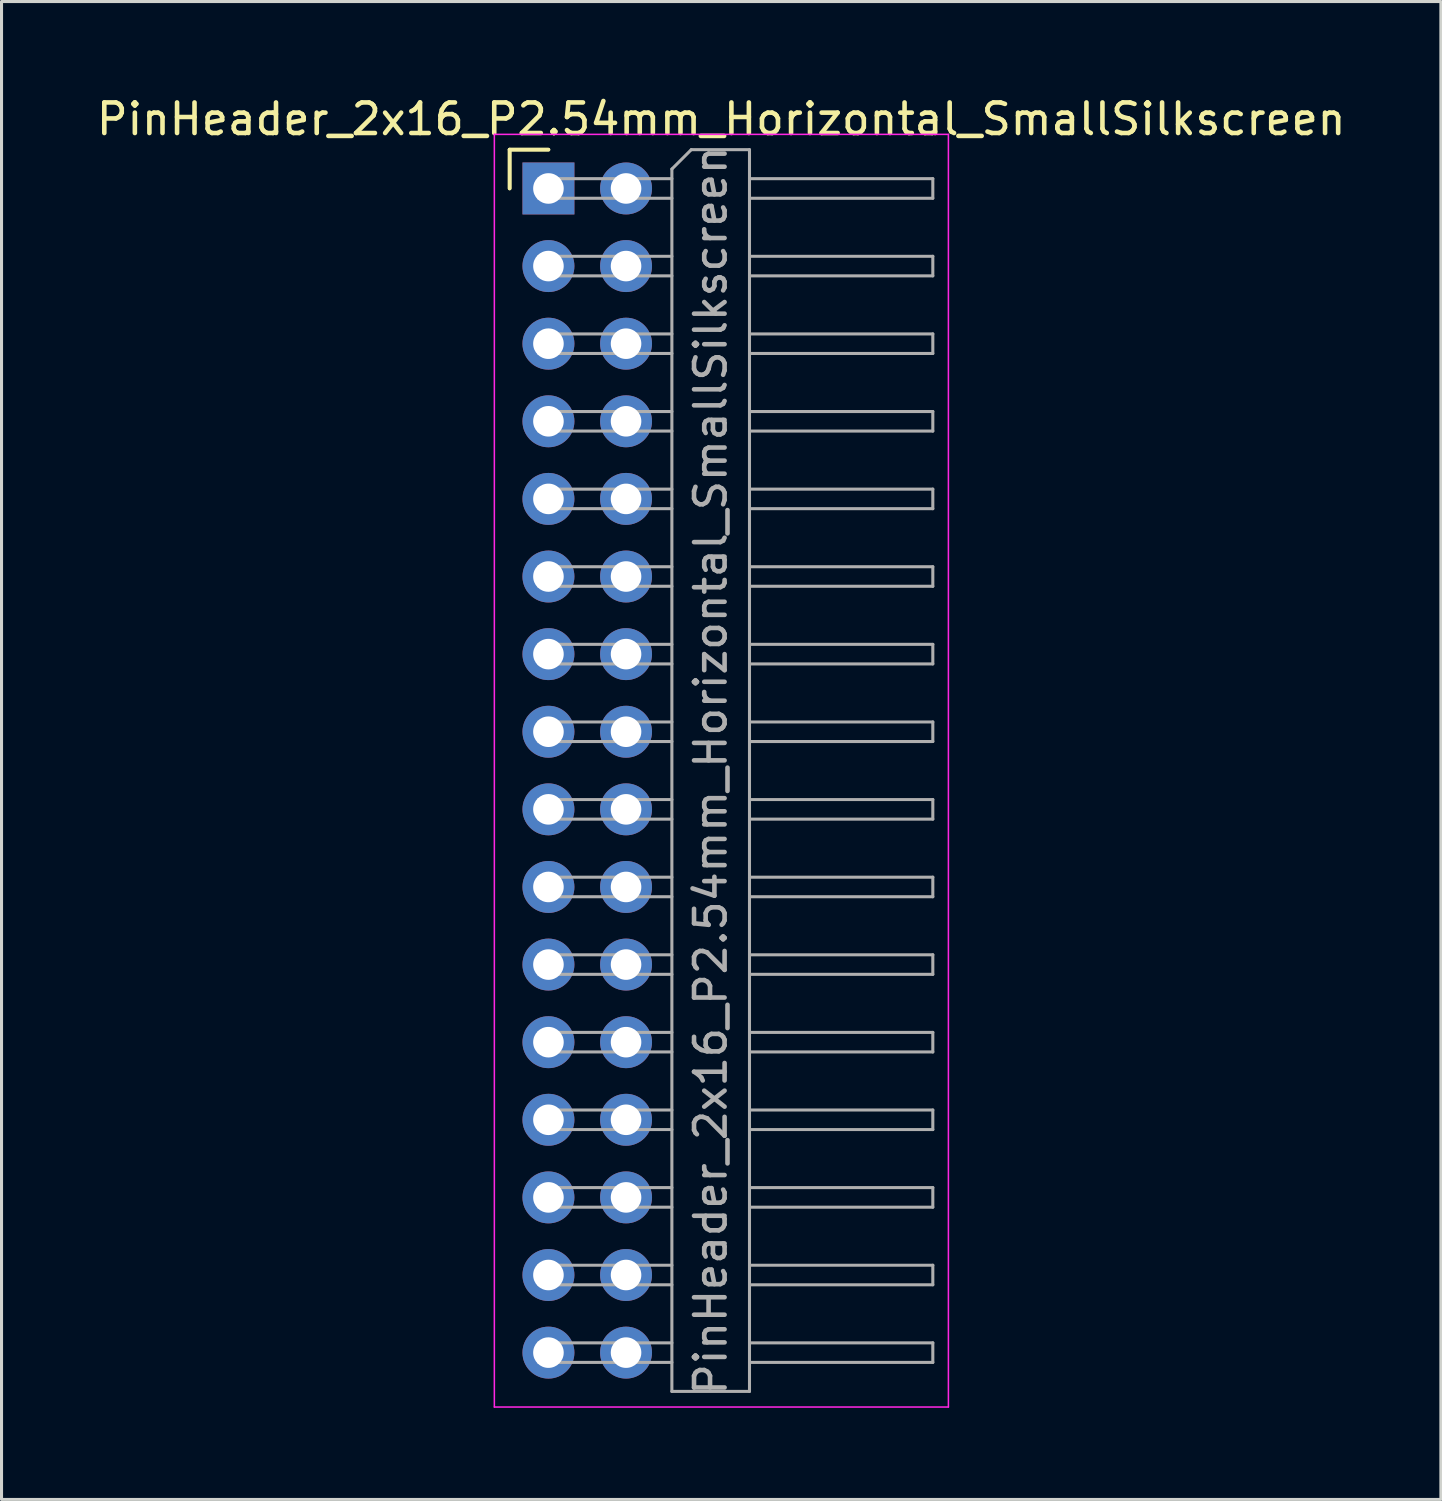
<source format=kicad_pcb>
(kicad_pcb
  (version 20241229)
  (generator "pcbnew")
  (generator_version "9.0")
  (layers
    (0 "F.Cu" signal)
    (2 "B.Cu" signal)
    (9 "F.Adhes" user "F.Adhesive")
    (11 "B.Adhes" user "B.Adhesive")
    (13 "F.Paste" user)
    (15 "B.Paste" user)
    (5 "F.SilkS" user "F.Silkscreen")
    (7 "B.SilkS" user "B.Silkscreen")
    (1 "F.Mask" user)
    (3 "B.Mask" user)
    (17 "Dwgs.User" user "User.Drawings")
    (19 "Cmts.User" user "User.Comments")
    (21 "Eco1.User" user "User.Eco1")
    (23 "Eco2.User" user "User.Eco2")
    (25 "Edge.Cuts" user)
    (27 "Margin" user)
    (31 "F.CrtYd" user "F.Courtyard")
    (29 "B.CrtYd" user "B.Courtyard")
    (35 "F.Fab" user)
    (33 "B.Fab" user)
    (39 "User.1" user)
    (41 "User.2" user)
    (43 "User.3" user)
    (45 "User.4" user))
  (footprint "PinHeader_2x16_P2.54mm_Horizontal_SmallSilkscreen"
    (layer "F.Cu")
    (at 14.899 3.118)
    (property "Reference" "PinHeader_2x16_P2.54mm_Horizontal_SmallSilkscreen" (at 5.655 -2.27 0) (layer "F.SilkS") (effects (font (size 1 1) (thickness 0.15))))
    (attr through_hole)
    (fp_line (start -1.27 -1.27) (end 0 -1.27) (stroke (width 0.12) (type solid)) (layer "F.SilkS"))
    (fp_line (start -1.27 -1.27) (end 0 -1.27) (stroke (width 0.12) (type solid)) (layer "F.SilkS"))
    (fp_line (start -1.27 0) (end -1.27 -1.27) (stroke (width 0.12) (type solid)) (layer "F.SilkS"))
    (fp_line (start -1.27 0) (end -1.27 -1.27) (stroke (width 0.12) (type solid)) (layer "F.SilkS"))
    (fp_line (start -1.77 -1.77) (end -1.77 39.88) (stroke (width 0.05) (type solid)) (layer "F.CrtYd"))
    (fp_line (start -1.77 39.88) (end 13.09 39.88) (stroke (width 0.05) (type solid)) (layer "F.CrtYd"))
    (fp_line (start 13.09 -1.77) (end -1.77 -1.77) (stroke (width 0.05) (type solid)) (layer "F.CrtYd"))
    (fp_line (start 13.09 39.88) (end 13.09 -1.77) (stroke (width 0.05) (type solid)) (layer "F.CrtYd"))
    (fp_line (start -0.32 -0.32) (end -0.32 0.32) (stroke (width 0.1) (type solid)) (layer "F.Fab"))
    (fp_line (start -0.32 -0.32) (end 4.04 -0.32) (stroke (width 0.1) (type solid)) (layer "F.Fab"))
    (fp_line (start -0.32 0.32) (end 4.04 0.32) (stroke (width 0.1) (type solid)) (layer "F.Fab"))
    (fp_line (start -0.32 2.22) (end -0.32 2.86) (stroke (width 0.1) (type solid)) (layer "F.Fab"))
    (fp_line (start -0.32 2.22) (end 4.04 2.22) (stroke (width 0.1) (type solid)) (layer "F.Fab"))
    (fp_line (start -0.32 2.86) (end 4.04 2.86) (stroke (width 0.1) (type solid)) (layer "F.Fab"))
    (fp_line (start -0.32 4.76) (end -0.32 5.4) (stroke (width 0.1) (type solid)) (layer "F.Fab"))
    (fp_line (start -0.32 4.76) (end 4.04 4.76) (stroke (width 0.1) (type solid)) (layer "F.Fab"))
    (fp_line (start -0.32 5.4) (end 4.04 5.4) (stroke (width 0.1) (type solid)) (layer "F.Fab"))
    (fp_line (start -0.32 7.3) (end -0.32 7.94) (stroke (width 0.1) (type solid)) (layer "F.Fab"))
    (fp_line (start -0.32 7.3) (end 4.04 7.3) (stroke (width 0.1) (type solid)) (layer "F.Fab"))
    (fp_line (start -0.32 7.94) (end 4.04 7.94) (stroke (width 0.1) (type solid)) (layer "F.Fab"))
    (fp_line (start -0.32 9.84) (end -0.32 10.48) (stroke (width 0.1) (type solid)) (layer "F.Fab"))
    (fp_line (start -0.32 9.84) (end 4.04 9.84) (stroke (width 0.1) (type solid)) (layer "F.Fab"))
    (fp_line (start -0.32 10.48) (end 4.04 10.48) (stroke (width 0.1) (type solid)) (layer "F.Fab"))
    (fp_line (start -0.32 12.38) (end -0.32 13.02) (stroke (width 0.1) (type solid)) (layer "F.Fab"))
    (fp_line (start -0.32 12.38) (end 4.04 12.38) (stroke (width 0.1) (type solid)) (layer "F.Fab"))
    (fp_line (start -0.32 13.02) (end 4.04 13.02) (stroke (width 0.1) (type solid)) (layer "F.Fab"))
    (fp_line (start -0.32 14.92) (end -0.32 15.56) (stroke (width 0.1) (type solid)) (layer "F.Fab"))
    (fp_line (start -0.32 14.92) (end 4.04 14.92) (stroke (width 0.1) (type solid)) (layer "F.Fab"))
    (fp_line (start -0.32 15.56) (end 4.04 15.56) (stroke (width 0.1) (type solid)) (layer "F.Fab"))
    (fp_line (start -0.32 17.46) (end -0.32 18.1) (stroke (width 0.1) (type solid)) (layer "F.Fab"))
    (fp_line (start -0.32 17.46) (end 4.04 17.46) (stroke (width 0.1) (type solid)) (layer "F.Fab"))
    (fp_line (start -0.32 18.1) (end 4.04 18.1) (stroke (width 0.1) (type solid)) (layer "F.Fab"))
    (fp_line (start -0.32 20) (end -0.32 20.64) (stroke (width 0.1) (type solid)) (layer "F.Fab"))
    (fp_line (start -0.32 20) (end 4.04 20) (stroke (width 0.1) (type solid)) (layer "F.Fab"))
    (fp_line (start -0.32 20.64) (end 4.04 20.64) (stroke (width 0.1) (type solid)) (layer "F.Fab"))
    (fp_line (start -0.32 22.54) (end -0.32 23.18) (stroke (width 0.1) (type solid)) (layer "F.Fab"))
    (fp_line (start -0.32 22.54) (end 4.04 22.54) (stroke (width 0.1) (type solid)) (layer "F.Fab"))
    (fp_line (start -0.32 23.18) (end 4.04 23.18) (stroke (width 0.1) (type solid)) (layer "F.Fab"))
    (fp_line (start -0.32 25.08) (end -0.32 25.72) (stroke (width 0.1) (type solid)) (layer "F.Fab"))
    (fp_line (start -0.32 25.08) (end 4.04 25.08) (stroke (width 0.1) (type solid)) (layer "F.Fab"))
    (fp_line (start -0.32 25.72) (end 4.04 25.72) (stroke (width 0.1) (type solid)) (layer "F.Fab"))
    (fp_line (start -0.32 27.62) (end -0.32 28.26) (stroke (width 0.1) (type solid)) (layer "F.Fab"))
    (fp_line (start -0.32 27.62) (end 4.04 27.62) (stroke (width 0.1) (type solid)) (layer "F.Fab"))
    (fp_line (start -0.32 28.26) (end 4.04 28.26) (stroke (width 0.1) (type solid)) (layer "F.Fab"))
    (fp_line (start -0.32 30.16) (end -0.32 30.8) (stroke (width 0.1) (type solid)) (layer "F.Fab"))
    (fp_line (start -0.32 30.16) (end 4.04 30.16) (stroke (width 0.1) (type solid)) (layer "F.Fab"))
    (fp_line (start -0.32 30.8) (end 4.04 30.8) (stroke (width 0.1) (type solid)) (layer "F.Fab"))
    (fp_line (start -0.32 32.7) (end -0.32 33.34) (stroke (width 0.1) (type solid)) (layer "F.Fab"))
    (fp_line (start -0.32 32.7) (end 4.04 32.7) (stroke (width 0.1) (type solid)) (layer "F.Fab"))
    (fp_line (start -0.32 33.34) (end 4.04 33.34) (stroke (width 0.1) (type solid)) (layer "F.Fab"))
    (fp_line (start -0.32 35.24) (end -0.32 35.88) (stroke (width 0.1) (type solid)) (layer "F.Fab"))
    (fp_line (start -0.32 35.24) (end 4.04 35.24) (stroke (width 0.1) (type solid)) (layer "F.Fab"))
    (fp_line (start -0.32 35.88) (end 4.04 35.88) (stroke (width 0.1) (type solid)) (layer "F.Fab"))
    (fp_line (start -0.32 37.78) (end -0.32 38.42) (stroke (width 0.1) (type solid)) (layer "F.Fab"))
    (fp_line (start -0.32 37.78) (end 4.04 37.78) (stroke (width 0.1) (type solid)) (layer "F.Fab"))
    (fp_line (start -0.32 38.42) (end 4.04 38.42) (stroke (width 0.1) (type solid)) (layer "F.Fab"))
    (fp_line (start 4.04 -0.635) (end 4.675 -1.27) (stroke (width 0.1) (type solid)) (layer "F.Fab"))
    (fp_line (start 4.04 39.37) (end 4.04 -0.635) (stroke (width 0.1) (type solid)) (layer "F.Fab"))
    (fp_line (start 4.675 -1.27) (end 6.58 -1.27) (stroke (width 0.1) (type solid)) (layer "F.Fab"))
    (fp_line (start 6.58 -1.27) (end 6.58 39.37) (stroke (width 0.1) (type solid)) (layer "F.Fab"))
    (fp_line (start 6.58 -0.32) (end 12.58 -0.32) (stroke (width 0.1) (type solid)) (layer "F.Fab"))
    (fp_line (start 6.58 0.32) (end 12.58 0.32) (stroke (width 0.1) (type solid)) (layer "F.Fab"))
    (fp_line (start 6.58 2.22) (end 12.58 2.22) (stroke (width 0.1) (type solid)) (layer "F.Fab"))
    (fp_line (start 6.58 2.86) (end 12.58 2.86) (stroke (width 0.1) (type solid)) (layer "F.Fab"))
    (fp_line (start 6.58 4.76) (end 12.58 4.76) (stroke (width 0.1) (type solid)) (layer "F.Fab"))
    (fp_line (start 6.58 5.4) (end 12.58 5.4) (stroke (width 0.1) (type solid)) (layer "F.Fab"))
    (fp_line (start 6.58 7.3) (end 12.58 7.3) (stroke (width 0.1) (type solid)) (layer "F.Fab"))
    (fp_line (start 6.58 7.94) (end 12.58 7.94) (stroke (width 0.1) (type solid)) (layer "F.Fab"))
    (fp_line (start 6.58 9.84) (end 12.58 9.84) (stroke (width 0.1) (type solid)) (layer "F.Fab"))
    (fp_line (start 6.58 10.48) (end 12.58 10.48) (stroke (width 0.1) (type solid)) (layer "F.Fab"))
    (fp_line (start 6.58 12.38) (end 12.58 12.38) (stroke (width 0.1) (type solid)) (layer "F.Fab"))
    (fp_line (start 6.58 13.02) (end 12.58 13.02) (stroke (width 0.1) (type solid)) (layer "F.Fab"))
    (fp_line (start 6.58 14.92) (end 12.58 14.92) (stroke (width 0.1) (type solid)) (layer "F.Fab"))
    (fp_line (start 6.58 15.56) (end 12.58 15.56) (stroke (width 0.1) (type solid)) (layer "F.Fab"))
    (fp_line (start 6.58 17.46) (end 12.58 17.46) (stroke (width 0.1) (type solid)) (layer "F.Fab"))
    (fp_line (start 6.58 18.1) (end 12.58 18.1) (stroke (width 0.1) (type solid)) (layer "F.Fab"))
    (fp_line (start 6.58 20) (end 12.58 20) (stroke (width 0.1) (type solid)) (layer "F.Fab"))
    (fp_line (start 6.58 20.64) (end 12.58 20.64) (stroke (width 0.1) (type solid)) (layer "F.Fab"))
    (fp_line (start 6.58 22.54) (end 12.58 22.54) (stroke (width 0.1) (type solid)) (layer "F.Fab"))
    (fp_line (start 6.58 23.18) (end 12.58 23.18) (stroke (width 0.1) (type solid)) (layer "F.Fab"))
    (fp_line (start 6.58 25.08) (end 12.58 25.08) (stroke (width 0.1) (type solid)) (layer "F.Fab"))
    (fp_line (start 6.58 25.72) (end 12.58 25.72) (stroke (width 0.1) (type solid)) (layer "F.Fab"))
    (fp_line (start 6.58 27.62) (end 12.58 27.62) (stroke (width 0.1) (type solid)) (layer "F.Fab"))
    (fp_line (start 6.58 28.26) (end 12.58 28.26) (stroke (width 0.1) (type solid)) (layer "F.Fab"))
    (fp_line (start 6.58 30.16) (end 12.58 30.16) (stroke (width 0.1) (type solid)) (layer "F.Fab"))
    (fp_line (start 6.58 30.8) (end 12.58 30.8) (stroke (width 0.1) (type solid)) (layer "F.Fab"))
    (fp_line (start 6.58 32.7) (end 12.58 32.7) (stroke (width 0.1) (type solid)) (layer "F.Fab"))
    (fp_line (start 6.58 33.34) (end 12.58 33.34) (stroke (width 0.1) (type solid)) (layer "F.Fab"))
    (fp_line (start 6.58 35.24) (end 12.58 35.24) (stroke (width 0.1) (type solid)) (layer "F.Fab"))
    (fp_line (start 6.58 35.88) (end 12.58 35.88) (stroke (width 0.1) (type solid)) (layer "F.Fab"))
    (fp_line (start 6.58 37.78) (end 12.58 37.78) (stroke (width 0.1) (type solid)) (layer "F.Fab"))
    (fp_line (start 6.58 38.42) (end 12.58 38.42) (stroke (width 0.1) (type solid)) (layer "F.Fab"))
    (fp_line (start 6.58 39.37) (end 4.04 39.37) (stroke (width 0.1) (type solid)) (layer "F.Fab"))
    (fp_line (start 12.58 -0.32) (end 12.58 0.32) (stroke (width 0.1) (type solid)) (layer "F.Fab"))
    (fp_line (start 12.58 2.22) (end 12.58 2.86) (stroke (width 0.1) (type solid)) (layer "F.Fab"))
    (fp_line (start 12.58 4.76) (end 12.58 5.4) (stroke (width 0.1) (type solid)) (layer "F.Fab"))
    (fp_line (start 12.58 7.3) (end 12.58 7.94) (stroke (width 0.1) (type solid)) (layer "F.Fab"))
    (fp_line (start 12.58 9.84) (end 12.58 10.48) (stroke (width 0.1) (type solid)) (layer "F.Fab"))
    (fp_line (start 12.58 12.38) (end 12.58 13.02) (stroke (width 0.1) (type solid)) (layer "F.Fab"))
    (fp_line (start 12.58 14.92) (end 12.58 15.56) (stroke (width 0.1) (type solid)) (layer "F.Fab"))
    (fp_line (start 12.58 17.46) (end 12.58 18.1) (stroke (width 0.1) (type solid)) (layer "F.Fab"))
    (fp_line (start 12.58 20) (end 12.58 20.64) (stroke (width 0.1) (type solid)) (layer "F.Fab"))
    (fp_line (start 12.58 22.54) (end 12.58 23.18) (stroke (width 0.1) (type solid)) (layer "F.Fab"))
    (fp_line (start 12.58 25.08) (end 12.58 25.72) (stroke (width 0.1) (type solid)) (layer "F.Fab"))
    (fp_line (start 12.58 27.62) (end 12.58 28.26) (stroke (width 0.1) (type solid)) (layer "F.Fab"))
    (fp_line (start 12.58 30.16) (end 12.58 30.8) (stroke (width 0.1) (type solid)) (layer "F.Fab"))
    (fp_line (start 12.58 32.7) (end 12.58 33.34) (stroke (width 0.1) (type solid)) (layer "F.Fab"))
    (fp_line (start 12.58 35.24) (end 12.58 35.88) (stroke (width 0.1) (type solid)) (layer "F.Fab"))
    (fp_line (start 12.58 37.78) (end 12.58 38.42) (stroke (width 0.1) (type solid)) (layer "F.Fab"))
    (fp_text user "${REFERENCE}" (at 5.31 19.05 90) (layer "F.Fab") (effects (font (size 1 1) (thickness 0.15))))
    (pad "1" thru_hole rect (at 0 0) (size 1.7 1.7) (drill 1) (layers "*.Cu" "*.Mask"))
    (pad "2" thru_hole circle (at 2.54 0) (size 1.7 1.7) (drill 1) (layers "*.Cu" "*.Mask"))
    (pad "3" thru_hole circle (at 0 2.54) (size 1.7 1.7) (drill 1) (layers "*.Cu" "*.Mask"))
    (pad "4" thru_hole circle (at 2.54 2.54) (size 1.7 1.7) (drill 1) (layers "*.Cu" "*.Mask"))
    (pad "5" thru_hole circle (at 0 5.08) (size 1.7 1.7) (drill 1) (layers "*.Cu" "*.Mask"))
    (pad "6" thru_hole circle (at 2.54 5.08) (size 1.7 1.7) (drill 1) (layers "*.Cu" "*.Mask"))
    (pad "7" thru_hole circle (at 0 7.62) (size 1.7 1.7) (drill 1) (layers "*.Cu" "*.Mask"))
    (pad "8" thru_hole circle (at 2.54 7.62) (size 1.7 1.7) (drill 1) (layers "*.Cu" "*.Mask"))
    (pad "9" thru_hole circle (at 0 10.16) (size 1.7 1.7) (drill 1) (layers "*.Cu" "*.Mask"))
    (pad "10" thru_hole circle (at 2.54 10.16) (size 1.7 1.7) (drill 1) (layers "*.Cu" "*.Mask"))
    (pad "11" thru_hole circle (at 0 12.7) (size 1.7 1.7) (drill 1) (layers "*.Cu" "*.Mask"))
    (pad "12" thru_hole circle (at 2.54 12.7) (size 1.7 1.7) (drill 1) (layers "*.Cu" "*.Mask"))
    (pad "13" thru_hole circle (at 0 15.24) (size 1.7 1.7) (drill 1) (layers "*.Cu" "*.Mask"))
    (pad "14" thru_hole circle (at 2.54 15.24) (size 1.7 1.7) (drill 1) (layers "*.Cu" "*.Mask"))
    (pad "15" thru_hole circle (at 0 17.78) (size 1.7 1.7) (drill 1) (layers "*.Cu" "*.Mask"))
    (pad "16" thru_hole circle (at 2.54 17.78) (size 1.7 1.7) (drill 1) (layers "*.Cu" "*.Mask"))
    (pad "17" thru_hole circle (at 0 20.32) (size 1.7 1.7) (drill 1) (layers "*.Cu" "*.Mask"))
    (pad "18" thru_hole circle (at 2.54 20.32) (size 1.7 1.7) (drill 1) (layers "*.Cu" "*.Mask"))
    (pad "19" thru_hole circle (at 0 22.86) (size 1.7 1.7) (drill 1) (layers "*.Cu" "*.Mask"))
    (pad "20" thru_hole circle (at 2.54 22.86) (size 1.7 1.7) (drill 1) (layers "*.Cu" "*.Mask"))
    (pad "21" thru_hole circle (at 0 25.4) (size 1.7 1.7) (drill 1) (layers "*.Cu" "*.Mask"))
    (pad "22" thru_hole circle (at 2.54 25.4) (size 1.7 1.7) (drill 1) (layers "*.Cu" "*.Mask"))
    (pad "23" thru_hole circle (at 0 27.94) (size 1.7 1.7) (drill 1) (layers "*.Cu" "*.Mask"))
    (pad "24" thru_hole circle (at 2.54 27.94) (size 1.7 1.7) (drill 1) (layers "*.Cu" "*.Mask"))
    (pad "25" thru_hole circle (at 0 30.48) (size 1.7 1.7) (drill 1) (layers "*.Cu" "*.Mask"))
    (pad "26" thru_hole circle (at 2.54 30.48) (size 1.7 1.7) (drill 1) (layers "*.Cu" "*.Mask"))
    (pad "27" thru_hole circle (at 0 33.02) (size 1.7 1.7) (drill 1) (layers "*.Cu" "*.Mask"))
    (pad "28" thru_hole circle (at 2.54 33.02) (size 1.7 1.7) (drill 1) (layers "*.Cu" "*.Mask"))
    (pad "29" thru_hole circle (at 0 35.56) (size 1.7 1.7) (drill 1) (layers "*.Cu" "*.Mask"))
    (pad "30" thru_hole circle (at 2.54 35.56) (size 1.7 1.7) (drill 1) (layers "*.Cu" "*.Mask"))
    (pad "31" thru_hole circle (at 0 38.1) (size 1.7 1.7) (drill 1) (layers "*.Cu" "*.Mask"))
    (pad "32" thru_hole circle (at 2.54 38.1) (size 1.7 1.7) (drill 1) (layers "*.Cu" "*.Mask")))
  (gr_rect
    (start -3 -3)
    (end 44.107 46.023)
    (stroke (width 0.1) (type default))
    (fill no)
    (layer "Edge.Cuts")))
</source>
